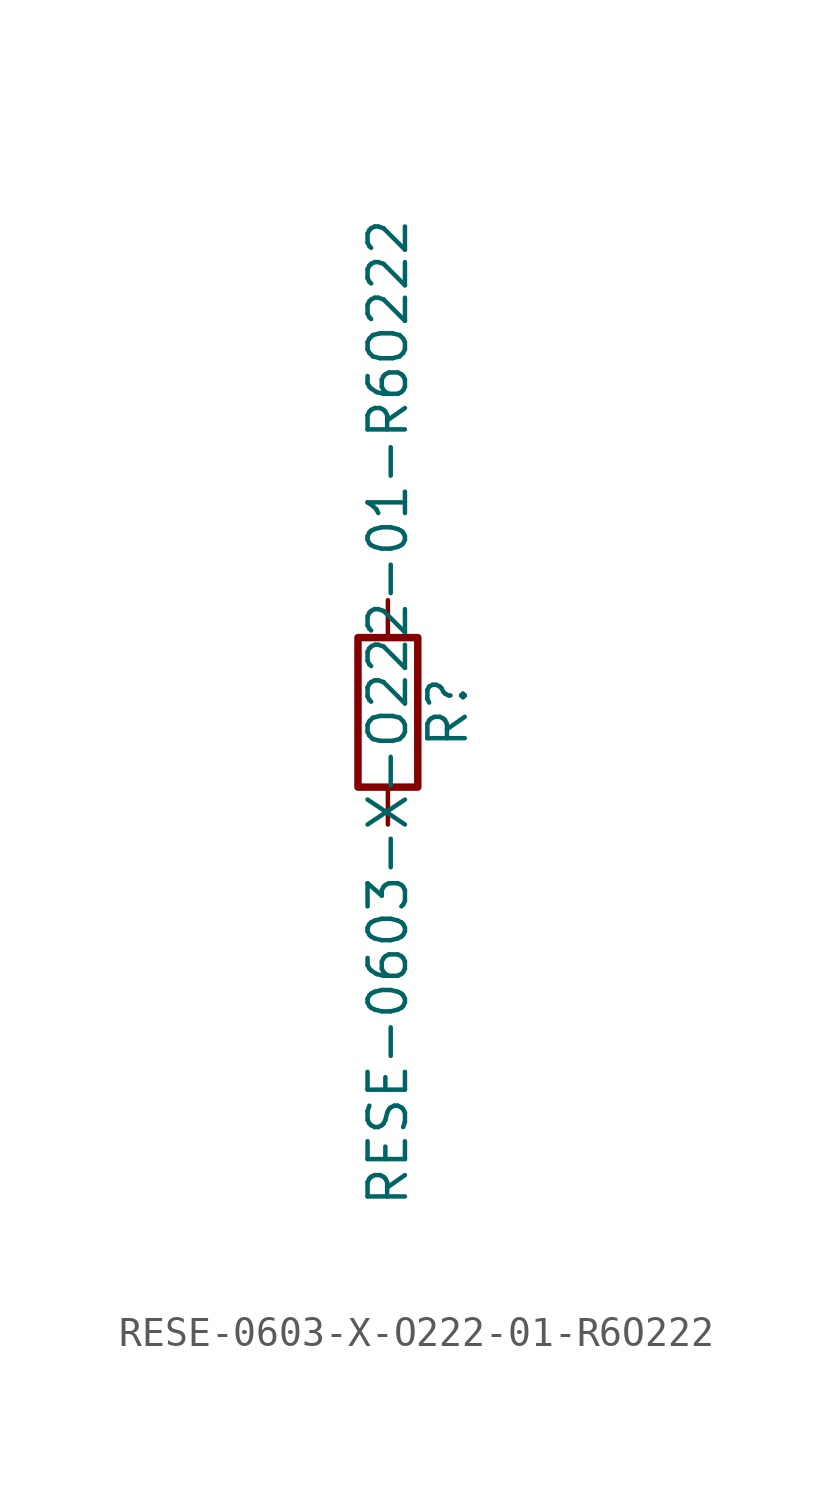
<source format=kicad_sym>
(kicad_symbol_lib
  (version 20211014)
  (generator kicad_symbol_editor)
  (symbol "RESE-0603-X-O222-01-R6O222"
    (pin_numbers hide)
    (pin_names
      (offset 0))
    (property "Reference" "R"
      (at 2.032 0 90)
      (effects (font (size 1.27 1.27))))
    (property "Value" "RESE-0603-X-O222-01-R6O222"
      (at 0 0 90)
      (effects (font (size 1.27 1.27))))
    (symbol "RESE-0603-X-O222-01-R6O222_0_1"
      (rectangle (start -1.016 -2.54) (end 1.016 2.54) (stroke (width 0.254) (type default) (color 0 0 0 0)) (fill (type none))))
    (symbol "RESE-0603-X-O222-01-R6O222_1_1"
      (pin passive line (at 0 3.81 270) (length 1.27) (name "~" (effects (font (size 1.27 1.27)))) (number "1" (effects (font (size 1.27 1.27)))))
      (pin passive line (at 0 -3.81 90) (length 1.27) (name "~" (effects (font (size 1.27 1.27)))) (number "2" (effects (font (size 1.27 1.27))))))))
</source>
